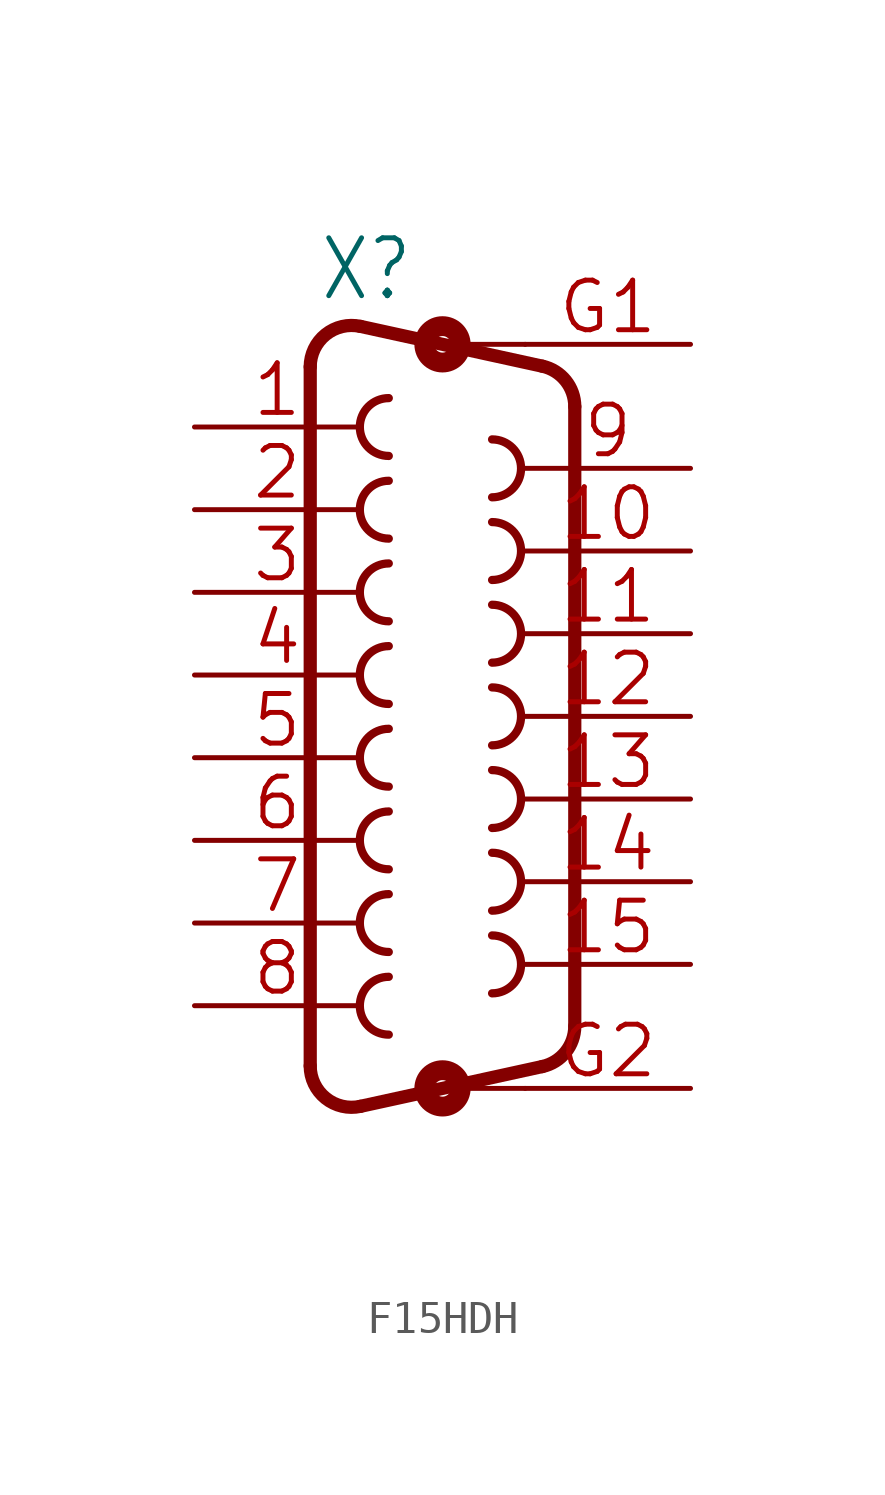
<source format=kicad_sym>
(kicad_symbol_lib
  (version 20241209)
  (generator "kicad_symbol_editor")
  (generator_version "9.0")
  (symbol "F15HDH"
    (property "Reference" "X"
      (at -3.81 11.43 0)
      (effects (font (size 1.778 1.511)) (justify left bottom)))
    (property "Value" ""
      (at -4.445 -15.875 0)
      (effects (font (size 1.778 1.511)) (justify left bottom)))
    (property "ki_locked" ""
      (at 0 0 0)
      (effects (font (size 1.27 1.27))))
    (symbol "F15HDH_1_0"
      (polyline (pts (xy -4.064 -12.011) (xy -4.064 9.471)) (stroke (width 0.406) (type solid)) (fill (type none)))
      (arc (start -2.5225 -13.252) (mid -3.5903 -13.0006) (end -4.064 -12.0112) (stroke (width 0.4064) (type solid)) (fill (type none)))
      (arc (start -4.064 9.4712) (mid -3.5902 10.4605) (end -2.5225 10.7119) (stroke (width 0.4064) (type solid)) (fill (type none)))
      (polyline (pts (xy -2.523 10.712) (xy 3.065 9.489)) (stroke (width 0.406) (type solid)) (fill (type none)))
      (polyline (pts (xy -2.523 -13.252) (xy 3.065 -12.029)) (stroke (width 0.406) (type solid)) (fill (type none)))
      (arc (start -1.651 6.731) (mid -2.54 7.62) (end -1.651 8.509) (stroke (width 0.254) (type solid)) (fill (type none)))
      (arc (start -1.651 4.191) (mid -2.54 5.08) (end -1.651 5.969) (stroke (width 0.254) (type solid)) (fill (type none)))
      (arc (start -1.651 1.651) (mid -2.54 2.54) (end -1.651 3.429) (stroke (width 0.254) (type solid)) (fill (type none)))
      (arc (start -1.651 -0.889) (mid -2.54 0) (end -1.651 0.889) (stroke (width 0.254) (type solid)) (fill (type none)))
      (arc (start -1.651 -3.429) (mid -2.54 -2.54) (end -1.651 -1.651) (stroke (width 0.254) (type solid)) (fill (type none)))
      (arc (start -1.651 -5.969) (mid -2.54 -5.08) (end -1.651 -4.191) (stroke (width 0.254) (type solid)) (fill (type none)))
      (arc (start -1.651 -8.509) (mid -2.54 -7.62) (end -1.651 -6.731) (stroke (width 0.254) (type solid)) (fill (type none)))
      (arc (start -1.651 -11.049) (mid -2.54 -10.16) (end -1.651 -9.271) (stroke (width 0.254) (type solid)) (fill (type none)))
      (circle (center 0 10.16) (radius 0.254) (stroke (width 0.61) (type solid)) (fill (type none)))
      (circle (center 0 -12.7) (radius 0.254) (stroke (width 0.61) (type solid)) (fill (type none)))
      (arc (start 1.524 7.239) (mid 2.413 6.35) (end 1.524 5.461) (stroke (width 0.254) (type solid)) (fill (type none)))
      (arc (start 1.524 4.699) (mid 2.413 3.81) (end 1.524 2.921) (stroke (width 0.254) (type solid)) (fill (type none)))
      (arc (start 1.524 2.159) (mid 2.413 1.27) (end 1.524 0.381) (stroke (width 0.254) (type solid)) (fill (type none)))
      (arc (start 1.524 -0.381) (mid 2.413 -1.27) (end 1.524 -2.159) (stroke (width 0.254) (type solid)) (fill (type none)))
      (arc (start 1.524 -2.921) (mid 2.413 -3.81) (end 1.524 -4.699) (stroke (width 0.254) (type solid)) (fill (type none)))
      (arc (start 1.524 -5.461) (mid 2.413 -6.35) (end 1.524 -7.239) (stroke (width 0.254) (type solid)) (fill (type none)))
      (arc (start 1.524 -8.001) (mid 2.413 -8.89) (end 1.524 -9.779) (stroke (width 0.254) (type solid)) (fill (type none)))
      (polyline (pts (xy 2.54 10.16) (xy 0 10.16)) (stroke (width 0.152) (type solid)) (fill (type none)))
      (polyline (pts (xy 2.54 -12.7) (xy 0 -12.7)) (stroke (width 0.152) (type solid)) (fill (type none)))
      (arc (start 4.064 -10.7887) (mid 3.7833 -11.585) (end 3.0654 -12.0294) (stroke (width 0.4064) (type solid)) (fill (type none)))
      (arc (start 3.0654 9.4895) (mid 3.7834 9.0452) (end 4.0642 8.2488) (stroke (width 0.4064) (type solid)) (fill (type none)))
      (polyline (pts (xy 4.064 -10.789) (xy 4.064 8.249)) (stroke (width 0.406) (type solid)) (fill (type none)))
      (pin passive line (at -7.62 7.62 0) (length 5.08) (name "1" (effects (font (size 0 0)))) (number "1" (effects (font (size 1.524 1.524)))))
      (pin passive line (at -7.62 5.08 0) (length 5.08) (name "2" (effects (font (size 0 0)))) (number "2" (effects (font (size 1.524 1.524)))))
      (pin passive line (at -7.62 2.54 0) (length 5.08) (name "3" (effects (font (size 0 0)))) (number "3" (effects (font (size 1.524 1.524)))))
      (pin passive line (at -7.62 0 0) (length 5.08) (name "4" (effects (font (size 0 0)))) (number "4" (effects (font (size 1.524 1.524)))))
      (pin passive line (at -7.62 -2.54 0) (length 5.08) (name "5" (effects (font (size 0 0)))) (number "5" (effects (font (size 1.524 1.524)))))
      (pin passive line (at -7.62 -5.08 0) (length 5.08) (name "6" (effects (font (size 0 0)))) (number "6" (effects (font (size 1.524 1.524)))))
      (pin passive line (at -7.62 -7.62 0) (length 5.08) (name "7" (effects (font (size 0 0)))) (number "7" (effects (font (size 1.524 1.524)))))
      (pin passive line (at -7.62 -10.16 0) (length 5.08) (name "8" (effects (font (size 0 0)))) (number "8" (effects (font (size 1.524 1.524)))))
      (pin passive line (at 7.62 10.16 180) (length 5.08) (name "G1" (effects (font (size 0 0)))) (number "G1" (effects (font (size 1.524 1.524)))))
      (pin passive line (at 7.62 6.35 180) (length 5.08) (name "9" (effects (font (size 0 0)))) (number "9" (effects (font (size 1.524 1.524)))))
      (pin passive line (at 7.62 3.81 180) (length 5.08) (name "10" (effects (font (size 0 0)))) (number "10" (effects (font (size 1.524 1.524)))))
      (pin passive line (at 7.62 1.27 180) (length 5.08) (name "11" (effects (font (size 0 0)))) (number "11" (effects (font (size 1.524 1.524)))))
      (pin passive line (at 7.62 -1.27 180) (length 5.08) (name "12" (effects (font (size 0 0)))) (number "12" (effects (font (size 1.524 1.524)))))
      (pin passive line (at 7.62 -3.81 180) (length 5.08) (name "13" (effects (font (size 0 0)))) (number "13" (effects (font (size 1.524 1.524)))))
      (pin passive line (at 7.62 -6.35 180) (length 5.08) (name "14" (effects (font (size 0 0)))) (number "14" (effects (font (size 1.524 1.524)))))
      (pin passive line (at 7.62 -8.89 180) (length 5.08) (name "15" (effects (font (size 0 0)))) (number "15" (effects (font (size 1.524 1.524)))))
      (pin passive line (at 7.62 -12.7 180) (length 5.08) (name "G2" (effects (font (size 0 0)))) (number "G2" (effects (font (size 1.524 1.524))))))))
</source>
